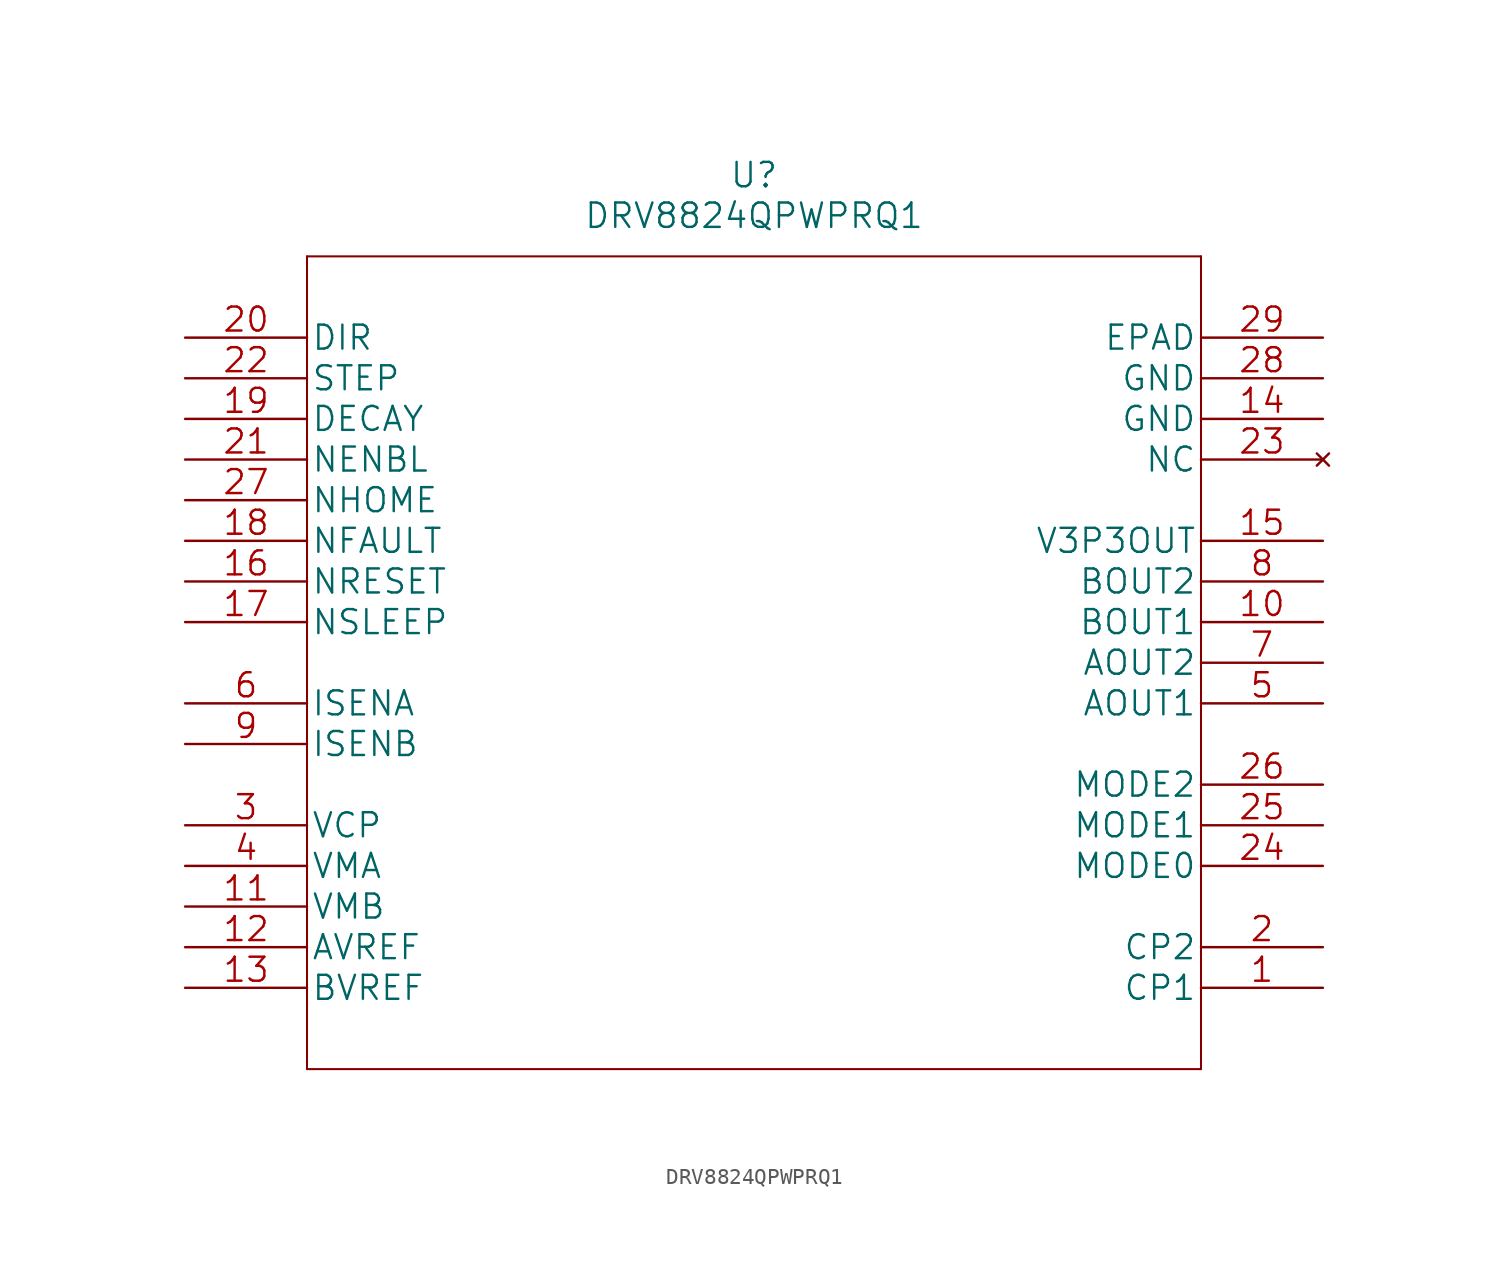
<source format=kicad_sym>
(kicad_symbol_lib
  (version 20211014)
  (generator kicad_symbol_editor)
  (symbol "DRV8824QPWPRQ1"
    (pin_names
      (offset 0.254))
    (property "Reference" "U"
      (at 35.56 10.16 0)
      (effects (font (size 1.524 1.524))))
    (property "Value" "DRV8824QPWPRQ1"
      (at 35.56 7.62 0)
      (effects (font (size 1.524 1.524))))
    (property "Datasheet" ""
      (at 0 0 0)
      (effects (font (size 1.524 1.524))))
    (property "ki_locked" ""
      (at 0 0 0)
      (effects (font (size 1.27 1.27))))
    (symbol "DRV8824QPWPRQ1_1_1"
      (polyline (pts (xy 7.62 -45.72) (xy 63.5 -45.72)) (stroke (width 0.127) (type default) (color 0 0 0 0)) (fill (type none)))
      (polyline (pts (xy 7.62 5.08) (xy 7.62 -45.72)) (stroke (width 0.127) (type default) (color 0 0 0 0)) (fill (type none)))
      (polyline (pts (xy 63.5 -45.72) (xy 63.5 5.08)) (stroke (width 0.127) (type default) (color 0 0 0 0)) (fill (type none)))
      (polyline (pts (xy 63.5 5.08) (xy 7.62 5.08)) (stroke (width 0.127) (type default) (color 0 0 0 0)) (fill (type none)))
      (pin bidirectional line (at 71.12 -40.64 180) (length 7.62) (name "CP1" (effects (font (size 1.499 1.499)))) (number "1" (effects (font (size 1.499 1.499)))))
      (pin output line (at 71.12 -17.78 180) (length 7.62) (name "BOUT1" (effects (font (size 1.499 1.499)))) (number "10" (effects (font (size 1.499 1.499)))))
      (pin power_in line (at 0 -35.56 0) (length 7.62) (name "VMB" (effects (font (size 1.499 1.499)))) (number "11" (effects (font (size 1.499 1.499)))))
      (pin input line (at 0 -38.1 0) (length 7.62) (name "AVREF" (effects (font (size 1.499 1.499)))) (number "12" (effects (font (size 1.499 1.499)))))
      (pin input line (at 0 -40.64 0) (length 7.62) (name "BVREF" (effects (font (size 1.499 1.499)))) (number "13" (effects (font (size 1.499 1.499)))))
      (pin power_in line (at 71.12 -5.08 180) (length 7.62) (name "GND" (effects (font (size 1.499 1.499)))) (number "14" (effects (font (size 1.499 1.499)))))
      (pin output line (at 71.12 -12.7 180) (length 7.62) (name "V3P3OUT" (effects (font (size 1.499 1.499)))) (number "15" (effects (font (size 1.499 1.499)))))
      (pin input line (at 0 -15.24 0) (length 7.62) (name "NRESET" (effects (font (size 1.499 1.499)))) (number "16" (effects (font (size 1.499 1.499)))))
      (pin input line (at 0 -17.78 0) (length 7.62) (name "NSLEEP" (effects (font (size 1.499 1.499)))) (number "17" (effects (font (size 1.499 1.499)))))
      (pin output line (at 0 -12.7 0) (length 7.62) (name "NFAULT" (effects (font (size 1.499 1.499)))) (number "18" (effects (font (size 1.499 1.499)))))
      (pin input line (at 0 -5.08 0) (length 7.62) (name "DECAY" (effects (font (size 1.499 1.499)))) (number "19" (effects (font (size 1.499 1.499)))))
      (pin bidirectional line (at 71.12 -38.1 180) (length 7.62) (name "CP2" (effects (font (size 1.499 1.499)))) (number "2" (effects (font (size 1.499 1.499)))))
      (pin input line (at 0 0 0) (length 7.62) (name "DIR" (effects (font (size 1.499 1.499)))) (number "20" (effects (font (size 1.499 1.499)))))
      (pin input line (at 0 -7.62 0) (length 7.62) (name "NENBL" (effects (font (size 1.499 1.499)))) (number "21" (effects (font (size 1.499 1.499)))))
      (pin input line (at 0 -2.54 0) (length 7.62) (name "STEP" (effects (font (size 1.499 1.499)))) (number "22" (effects (font (size 1.499 1.499)))))
      (pin no_connect line (at 71.12 -7.62 180) (length 7.62) (name "NC" (effects (font (size 1.499 1.499)))) (number "23" (effects (font (size 1.499 1.499)))))
      (pin input line (at 71.12 -33.02 180) (length 7.62) (name "MODE0" (effects (font (size 1.499 1.499)))) (number "24" (effects (font (size 1.499 1.499)))))
      (pin input line (at 71.12 -30.48 180) (length 7.62) (name "MODE1" (effects (font (size 1.499 1.499)))) (number "25" (effects (font (size 1.499 1.499)))))
      (pin input line (at 71.12 -27.94 180) (length 7.62) (name "MODE2" (effects (font (size 1.499 1.499)))) (number "26" (effects (font (size 1.499 1.499)))))
      (pin output line (at 0 -10.16 0) (length 7.62) (name "NHOME" (effects (font (size 1.499 1.499)))) (number "27" (effects (font (size 1.499 1.499)))))
      (pin power_in line (at 71.12 -2.54 180) (length 7.62) (name "GND" (effects (font (size 1.499 1.499)))) (number "28" (effects (font (size 1.499 1.499)))))
      (pin unspecified line (at 71.12 0 180) (length 7.62) (name "EPAD" (effects (font (size 1.499 1.499)))) (number "29" (effects (font (size 1.499 1.499)))))
      (pin bidirectional line (at 0 -30.48 0) (length 7.62) (name "VCP" (effects (font (size 1.499 1.499)))) (number "3" (effects (font (size 1.499 1.499)))))
      (pin power_in line (at 0 -33.02 0) (length 7.62) (name "VMA" (effects (font (size 1.499 1.499)))) (number "4" (effects (font (size 1.499 1.499)))))
      (pin output line (at 71.12 -22.86 180) (length 7.62) (name "AOUT1" (effects (font (size 1.499 1.499)))) (number "5" (effects (font (size 1.499 1.499)))))
      (pin bidirectional line (at 0 -22.86 0) (length 7.62) (name "ISENA" (effects (font (size 1.499 1.499)))) (number "6" (effects (font (size 1.499 1.499)))))
      (pin output line (at 71.12 -20.32 180) (length 7.62) (name "AOUT2" (effects (font (size 1.499 1.499)))) (number "7" (effects (font (size 1.499 1.499)))))
      (pin output line (at 71.12 -15.24 180) (length 7.62) (name "BOUT2" (effects (font (size 1.499 1.499)))) (number "8" (effects (font (size 1.499 1.499)))))
      (pin bidirectional line (at 0 -25.4 0) (length 7.62) (name "ISENB" (effects (font (size 1.499 1.499)))) (number "9" (effects (font (size 1.499 1.499))))))))
</source>
